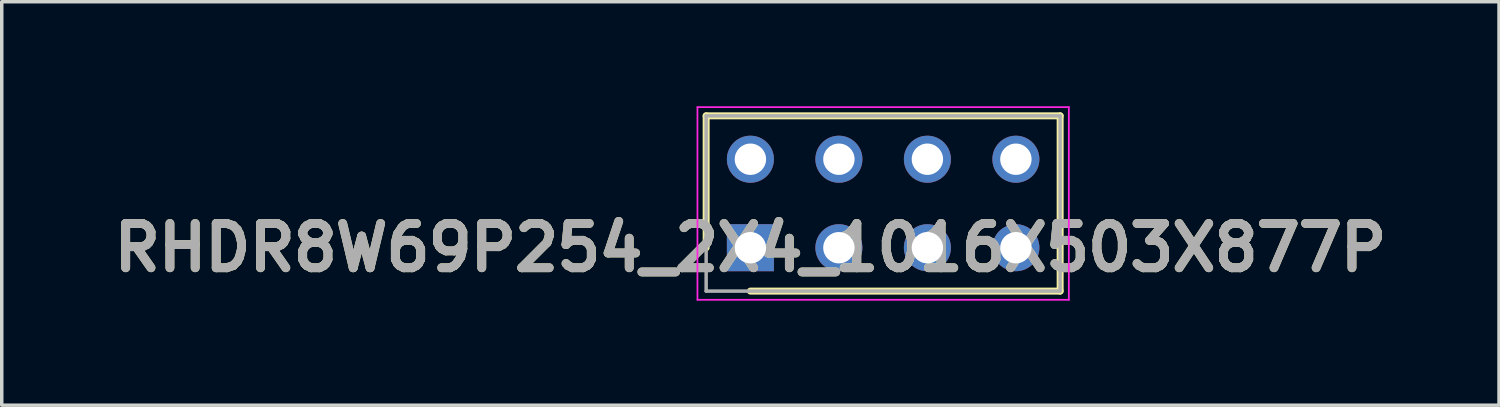
<source format=kicad_pcb>
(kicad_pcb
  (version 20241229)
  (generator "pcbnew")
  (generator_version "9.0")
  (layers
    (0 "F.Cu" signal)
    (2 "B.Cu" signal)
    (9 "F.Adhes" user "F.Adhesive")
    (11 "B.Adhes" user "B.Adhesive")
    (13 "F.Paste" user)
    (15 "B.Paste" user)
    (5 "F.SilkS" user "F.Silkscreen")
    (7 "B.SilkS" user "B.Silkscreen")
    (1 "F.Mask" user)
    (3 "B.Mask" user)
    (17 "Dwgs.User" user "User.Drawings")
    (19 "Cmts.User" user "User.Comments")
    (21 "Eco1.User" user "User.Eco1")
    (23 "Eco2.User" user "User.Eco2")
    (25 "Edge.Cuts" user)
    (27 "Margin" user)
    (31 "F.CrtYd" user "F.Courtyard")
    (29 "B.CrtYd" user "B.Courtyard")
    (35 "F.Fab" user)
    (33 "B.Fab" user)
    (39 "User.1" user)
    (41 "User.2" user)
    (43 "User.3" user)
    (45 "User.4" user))
  (footprint "RHDR8W69P254_2X4_1016X503X877P"
    (layer "F.Cu")
    (at 18.488 4.06)
    (property "Reference" "RHDR8W69P254_2X4_1016X503X877P" (at 0 0 0) (layer "F.SilkS") (effects (font (size 1.27 1.27) (thickness 0.254))))
    (attr through_hole)
    (fp_line (start -1.27 -3.785) (end -1.27 0) (stroke (width 0.2) (type solid)) (layer "F.SilkS"))
    (fp_line (start 0 1.245) (end 8.89 1.245) (stroke (width 0.2) (type solid)) (layer "F.SilkS"))
    (fp_line (start 8.89 -3.785) (end -1.27 -3.785) (stroke (width 0.2) (type solid)) (layer "F.SilkS"))
    (fp_line (start 8.89 1.245) (end 8.89 -3.785) (stroke (width 0.2) (type solid)) (layer "F.SilkS"))
    (fp_line (start -1.52 -4.035) (end 9.14 -4.035) (stroke (width 0.05) (type solid)) (layer "F.CrtYd"))
    (fp_line (start -1.52 1.495) (end -1.52 -4.035) (stroke (width 0.05) (type solid)) (layer "F.CrtYd"))
    (fp_line (start 9.14 -4.035) (end 9.14 1.495) (stroke (width 0.05) (type solid)) (layer "F.CrtYd"))
    (fp_line (start 9.14 1.495) (end -1.52 1.495) (stroke (width 0.05) (type solid)) (layer "F.CrtYd"))
    (fp_line (start -1.27 -3.785) (end 8.89 -3.785) (stroke (width 0.1) (type solid)) (layer "F.Fab"))
    (fp_line (start -1.27 1.245) (end -1.27 -3.785) (stroke (width 0.1) (type solid)) (layer "F.Fab"))
    (fp_line (start 8.89 -3.785) (end 8.89 1.245) (stroke (width 0.1) (type solid)) (layer "F.Fab"))
    (fp_line (start 8.89 1.245) (end -1.27 1.245) (stroke (width 0.1) (type solid)) (layer "F.Fab"))
    (fp_text user "${REFERENCE}" (at 0 0 0) (layer "F.Fab") (effects (font (size 1.27 1.27) (thickness 0.254))))
    (pad "1" thru_hole rect (at 0 0) (size 1.35 1.35) (drill 0.9) (layers "*.Cu" "*.Mask"))
    (pad "2" thru_hole circle (at 0 -2.54) (size 1.35 1.35) (drill 0.9) (layers "*.Cu" "*.Mask"))
    (pad "3" thru_hole circle (at 2.54 0) (size 1.35 1.35) (drill 0.9) (layers "*.Cu" "*.Mask"))
    (pad "4" thru_hole circle (at 2.54 -2.54) (size 1.35 1.35) (drill 0.9) (layers "*.Cu" "*.Mask"))
    (pad "5" thru_hole circle (at 5.08 0) (size 1.35 1.35) (drill 0.9) (layers "*.Cu" "*.Mask"))
    (pad "6" thru_hole circle (at 5.08 -2.54) (size 1.35 1.35) (drill 0.9) (layers "*.Cu" "*.Mask"))
    (pad "7" thru_hole circle (at 7.62 0) (size 1.35 1.35) (drill 0.9) (layers "*.Cu" "*.Mask"))
    (pad "8" thru_hole circle (at 7.62 -2.54) (size 1.35 1.35) (drill 0.9) (layers "*.Cu" "*.Mask")))
  (gr_rect
    (start -3 -3)
    (end 39.975 8.58)
    (stroke (width 0.1) (type default))
    (fill no)
    (layer "Edge.Cuts")))
</source>
